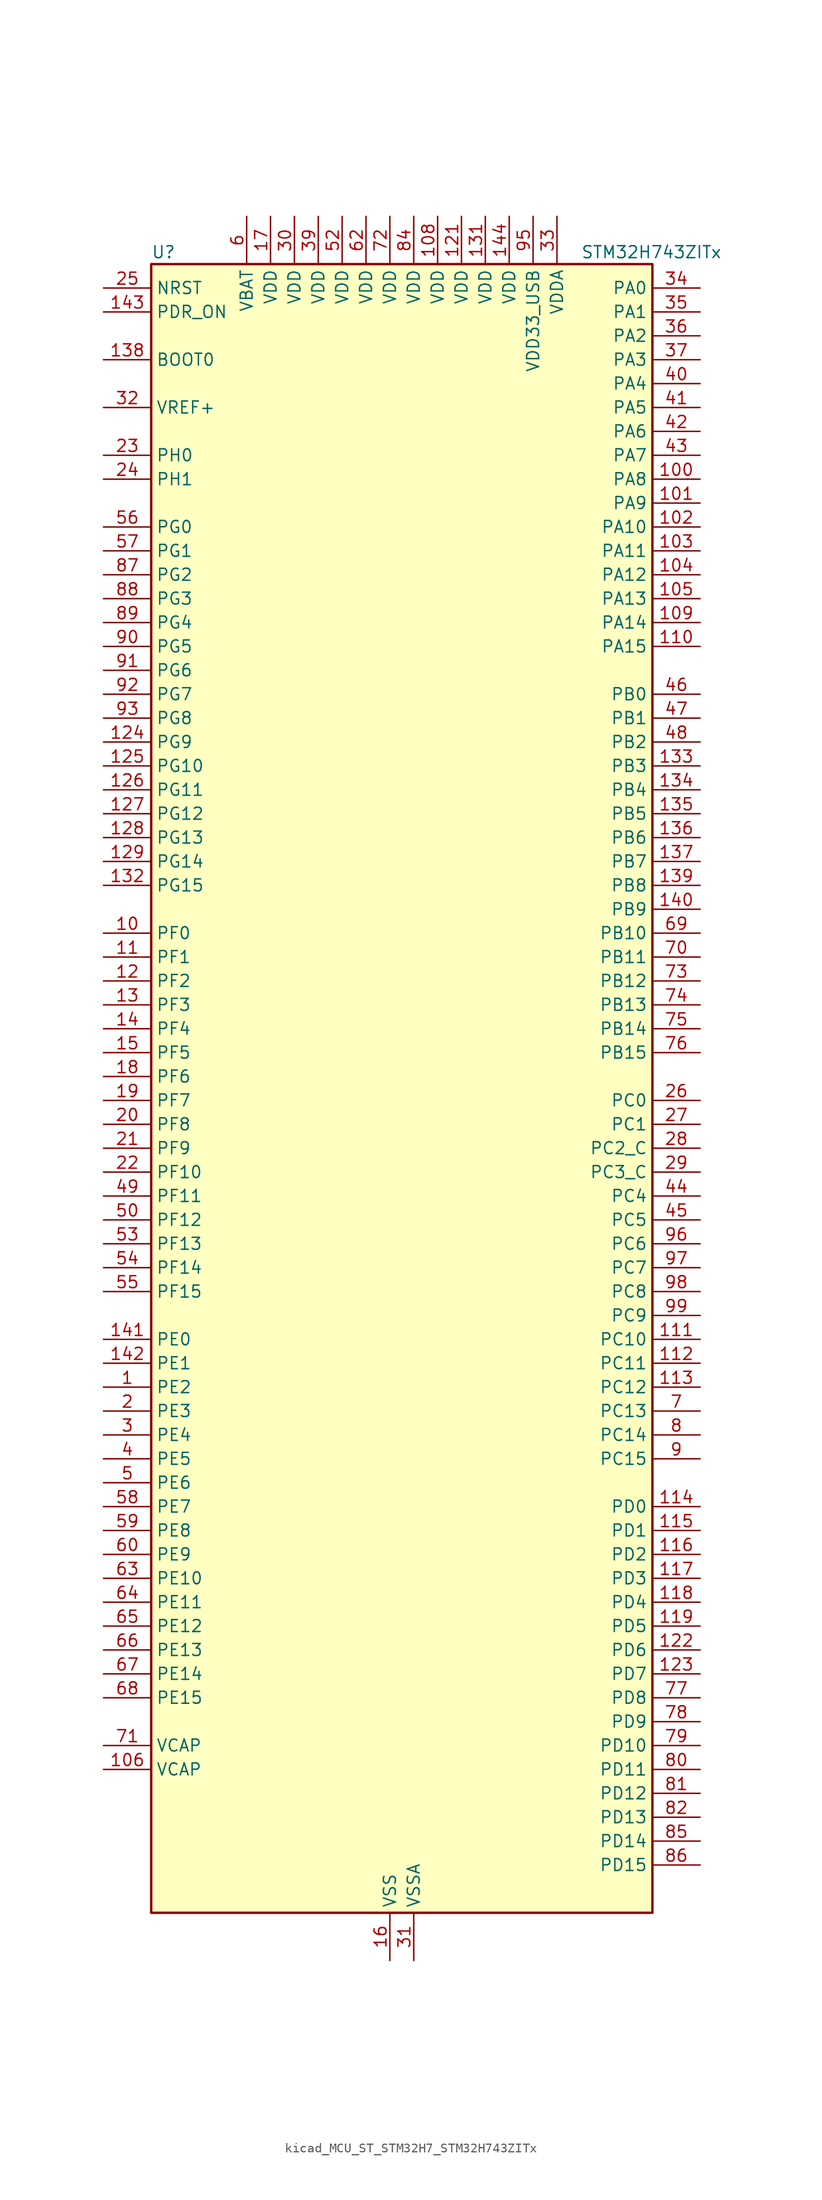
<source format=kicad_sym>
(kicad_symbol_lib
  (version 20220914)
  (generator kicad_symbol_editor)
  (symbol "kicad_MCU_ST_STM32H7_STM32H743ZITx"
    (property "Reference" "U"
      (at -25.4 90.17 0)
      (effects (font (size 1.27 1.27)) (justify left)))
    (property "Value" "STM32H743ZITx"
      (at 20.32 90.17 0)
      (effects (font (size 1.27 1.27)) (justify left)))
    (property "ki_locked" ""
      (at 0 0 0)
      (effects (font (size 1.27 1.27))))
    (symbol "kicad_MCU_ST_STM32H7_STM32H743ZITx_0_1"
      (rectangle (start -25.4 -86.36) (end 27.94 88.9) (stroke (width 0.254) (type default)) (fill (type background))))
    (symbol "kicad_MCU_ST_STM32H7_STM32H743ZITx_1_1"
      (pin bidirectional line (at -30.48 -30.48 0) (length 5.08) (name "PE2" (effects (font (size 1.27 1.27)))) (number "1" (effects (font (size 1.27 1.27)))) (alternate "DEBUG_TRACECLK" bidirectional line) (alternate "ETH_TXD3" bidirectional line) (alternate "FMC_A23" bidirectional line) (alternate "QUADSPI_BK1_IO2" bidirectional line) (alternate "SAI1_CK1" bidirectional line) (alternate "SAI1_MCLK_A" bidirectional line) (alternate "SAI4_CK1" bidirectional line) (alternate "SAI4_MCLK_A" bidirectional line) (alternate "SPI4_SCK" bidirectional line))
      (pin bidirectional line (at -30.48 17.78 0) (length 5.08) (name "PF0" (effects (font (size 1.27 1.27)))) (number "10" (effects (font (size 1.27 1.27)))) (alternate "FMC_A0" bidirectional line) (alternate "I2C2_SDA" bidirectional line))
      (pin bidirectional line (at 33.02 66.04 180) (length 5.08) (name "PA8" (effects (font (size 1.27 1.27)))) (number "100" (effects (font (size 1.27 1.27)))) (alternate "HRTIM_CHB2" bidirectional line) (alternate "I2C3_SCL" bidirectional line) (alternate "LTDC_B3" bidirectional line) (alternate "LTDC_R6" bidirectional line) (alternate "RCC_MCO_1" bidirectional line) (alternate "TIM1_CH1" bidirectional line) (alternate "TIM8_BKIN2" bidirectional line) (alternate "TIM8_BKIN2_COMP1" bidirectional line) (alternate "TIM8_BKIN2_COMP2" bidirectional line) (alternate "UART7_RX" bidirectional line) (alternate "USART1_CK" bidirectional line) (alternate "USB_OTG_FS_SOF" bidirectional line))
      (pin bidirectional line (at 33.02 63.5 180) (length 5.08) (name "PA9" (effects (font (size 1.27 1.27)))) (number "101" (effects (font (size 1.27 1.27)))) (alternate "DAC1_EXTI9" bidirectional line) (alternate "DCMI_D0" bidirectional line) (alternate "HRTIM_CHC1" bidirectional line) (alternate "I2C3_SMBA" bidirectional line) (alternate "I2S2_CK" bidirectional line) (alternate "LPUART1_TX" bidirectional line) (alternate "LTDC_R5" bidirectional line) (alternate "SPI2_SCK" bidirectional line) (alternate "TIM1_CH2" bidirectional line) (alternate "USART1_TX" bidirectional line) (alternate "USB_OTG_FS_VBUS" bidirectional line))
      (pin bidirectional line (at 33.02 60.96 180) (length 5.08) (name "PA10" (effects (font (size 1.27 1.27)))) (number "102" (effects (font (size 1.27 1.27)))) (alternate "DCMI_D1" bidirectional line) (alternate "HRTIM_CHC2" bidirectional line) (alternate "LPUART1_RX" bidirectional line) (alternate "LTDC_B1" bidirectional line) (alternate "LTDC_B4" bidirectional line) (alternate "MDIOS_MDIO" bidirectional line) (alternate "TIM1_CH3" bidirectional line) (alternate "USART1_RX" bidirectional line) (alternate "USB_OTG_FS_ID" bidirectional line))
      (pin bidirectional line (at 33.02 58.42 180) (length 5.08) (name "PA11" (effects (font (size 1.27 1.27)))) (number "103" (effects (font (size 1.27 1.27)))) (alternate "ADC1_EXTI11" bidirectional line) (alternate "ADC2_EXTI11" bidirectional line) (alternate "ADC3_EXTI11" bidirectional line) (alternate "FDCAN1_RX" bidirectional line) (alternate "HRTIM_CHD1" bidirectional line) (alternate "I2S2_WS" bidirectional line) (alternate "LPUART1_CTS" bidirectional line) (alternate "LTDC_R4" bidirectional line) (alternate "SPI2_NSS" bidirectional line) (alternate "TIM1_CH4" bidirectional line) (alternate "UART4_RX" bidirectional line) (alternate "USART1_CTS" bidirectional line) (alternate "USART1_NSS" bidirectional line) (alternate "USB_OTG_FS_DM" bidirectional line))
      (pin bidirectional line (at 33.02 55.88 180) (length 5.08) (name "PA12" (effects (font (size 1.27 1.27)))) (number "104" (effects (font (size 1.27 1.27)))) (alternate "FDCAN1_TX" bidirectional line) (alternate "HRTIM_CHD2" bidirectional line) (alternate "I2S2_CK" bidirectional line) (alternate "LPUART1_DE" bidirectional line) (alternate "LPUART1_RTS" bidirectional line) (alternate "LTDC_R5" bidirectional line) (alternate "SAI2_FS_B" bidirectional line) (alternate "SPI2_SCK" bidirectional line) (alternate "TIM1_ETR" bidirectional line) (alternate "UART4_TX" bidirectional line) (alternate "USART1_DE" bidirectional line) (alternate "USART1_RTS" bidirectional line) (alternate "USB_OTG_FS_DP" bidirectional line))
      (pin bidirectional line (at 33.02 53.34 180) (length 5.08) (name "PA13" (effects (font (size 1.27 1.27)))) (number "105" (effects (font (size 1.27 1.27)))) (alternate "DEBUG_JTMS-SWDIO" bidirectional line))
      (pin power_out line (at -30.48 -71.12 0) (length 5.08) (name "VCAP" (effects (font (size 1.27 1.27)))) (number "106" (effects (font (size 1.27 1.27)))))
      (pin passive line (at 0 -91.44 90) (length 5.08) hide (name "VSS" (effects (font (size 1.27 1.27)))) (number "107" (effects (font (size 1.27 1.27)))))
      (pin power_in line (at 5.08 93.98 270) (length 5.08) (name "VDD" (effects (font (size 1.27 1.27)))) (number "108" (effects (font (size 1.27 1.27)))))
      (pin bidirectional line (at 33.02 50.8 180) (length 5.08) (name "PA14" (effects (font (size 1.27 1.27)))) (number "109" (effects (font (size 1.27 1.27)))) (alternate "DEBUG_JTCK-SWCLK" bidirectional line))
      (pin bidirectional line (at -30.48 15.24 0) (length 5.08) (name "PF1" (effects (font (size 1.27 1.27)))) (number "11" (effects (font (size 1.27 1.27)))) (alternate "FMC_A1" bidirectional line) (alternate "I2C2_SCL" bidirectional line))
      (pin bidirectional line (at 33.02 48.26 180) (length 5.08) (name "PA15" (effects (font (size 1.27 1.27)))) (number "110" (effects (font (size 1.27 1.27)))) (alternate "ADC1_EXTI15" bidirectional line) (alternate "ADC2_EXTI15" bidirectional line) (alternate "ADC3_EXTI15" bidirectional line) (alternate "CEC" bidirectional line) (alternate "DEBUG_JTDI" bidirectional line) (alternate "HRTIM_FLT1" bidirectional line) (alternate "I2S1_WS" bidirectional line) (alternate "I2S3_WS" bidirectional line) (alternate "SPI1_NSS" bidirectional line) (alternate "SPI3_NSS" bidirectional line) (alternate "SPI6_NSS" bidirectional line) (alternate "TIM2_CH1" bidirectional line) (alternate "TIM2_ETR" bidirectional line) (alternate "UART4_DE" bidirectional line) (alternate "UART4_RTS" bidirectional line) (alternate "UART7_TX" bidirectional line))
      (pin bidirectional line (at 33.02 -25.4 180) (length 5.08) (name "PC10" (effects (font (size 1.27 1.27)))) (number "111" (effects (font (size 1.27 1.27)))) (alternate "DCMI_D8" bidirectional line) (alternate "DFSDM1_CKIN5" bidirectional line) (alternate "HRTIM_EEV1" bidirectional line) (alternate "I2S3_CK" bidirectional line) (alternate "LTDC_R2" bidirectional line) (alternate "QUADSPI_BK1_IO1" bidirectional line) (alternate "SDMMC1_D2" bidirectional line) (alternate "SPI3_SCK" bidirectional line) (alternate "UART4_TX" bidirectional line) (alternate "USART3_TX" bidirectional line))
      (pin bidirectional line (at 33.02 -27.94 180) (length 5.08) (name "PC11" (effects (font (size 1.27 1.27)))) (number "112" (effects (font (size 1.27 1.27)))) (alternate "ADC1_EXTI11" bidirectional line) (alternate "ADC2_EXTI11" bidirectional line) (alternate "ADC3_EXTI11" bidirectional line) (alternate "DCMI_D4" bidirectional line) (alternate "DFSDM1_DATIN5" bidirectional line) (alternate "HRTIM_FLT2" bidirectional line) (alternate "I2S3_SDI" bidirectional line) (alternate "QUADSPI_BK2_NCS" bidirectional line) (alternate "SDMMC1_D3" bidirectional line) (alternate "SPI3_MISO" bidirectional line) (alternate "UART4_RX" bidirectional line) (alternate "USART3_RX" bidirectional line))
      (pin bidirectional line (at 33.02 -30.48 180) (length 5.08) (name "PC12" (effects (font (size 1.27 1.27)))) (number "113" (effects (font (size 1.27 1.27)))) (alternate "DCMI_D9" bidirectional line) (alternate "DEBUG_TRACED3" bidirectional line) (alternate "HRTIM_EEV2" bidirectional line) (alternate "I2S3_SDO" bidirectional line) (alternate "SDMMC1_CK" bidirectional line) (alternate "SPI3_MOSI" bidirectional line) (alternate "UART5_TX" bidirectional line) (alternate "USART3_CK" bidirectional line))
      (pin bidirectional line (at 33.02 -43.18 180) (length 5.08) (name "PD0" (effects (font (size 1.27 1.27)))) (number "114" (effects (font (size 1.27 1.27)))) (alternate "DFSDM1_CKIN6" bidirectional line) (alternate "FDCAN1_RX" bidirectional line) (alternate "FMC_D2" bidirectional line) (alternate "FMC_DA2" bidirectional line) (alternate "SAI3_SCK_A" bidirectional line) (alternate "UART4_RX" bidirectional line))
      (pin bidirectional line (at 33.02 -45.72 180) (length 5.08) (name "PD1" (effects (font (size 1.27 1.27)))) (number "115" (effects (font (size 1.27 1.27)))) (alternate "DFSDM1_DATIN6" bidirectional line) (alternate "FDCAN1_TX" bidirectional line) (alternate "FMC_D3" bidirectional line) (alternate "FMC_DA3" bidirectional line) (alternate "SAI3_SD_A" bidirectional line) (alternate "UART4_TX" bidirectional line))
      (pin bidirectional line (at 33.02 -48.26 180) (length 5.08) (name "PD2" (effects (font (size 1.27 1.27)))) (number "116" (effects (font (size 1.27 1.27)))) (alternate "DCMI_D11" bidirectional line) (alternate "DEBUG_TRACED2" bidirectional line) (alternate "SDMMC1_CMD" bidirectional line) (alternate "TIM3_ETR" bidirectional line) (alternate "UART5_RX" bidirectional line))
      (pin bidirectional line (at 33.02 -50.8 180) (length 5.08) (name "PD3" (effects (font (size 1.27 1.27)))) (number "117" (effects (font (size 1.27 1.27)))) (alternate "DCMI_D5" bidirectional line) (alternate "DFSDM1_CKOUT" bidirectional line) (alternate "FMC_CLK" bidirectional line) (alternate "I2S2_CK" bidirectional line) (alternate "LTDC_G7" bidirectional line) (alternate "SPI2_SCK" bidirectional line) (alternate "USART2_CTS" bidirectional line) (alternate "USART2_NSS" bidirectional line))
      (pin bidirectional line (at 33.02 -53.34 180) (length 5.08) (name "PD4" (effects (font (size 1.27 1.27)))) (number "118" (effects (font (size 1.27 1.27)))) (alternate "FMC_NOE" bidirectional line) (alternate "HRTIM_FLT3" bidirectional line) (alternate "SAI3_FS_A" bidirectional line) (alternate "USART2_DE" bidirectional line) (alternate "USART2_RTS" bidirectional line))
      (pin bidirectional line (at 33.02 -55.88 180) (length 5.08) (name "PD5" (effects (font (size 1.27 1.27)))) (number "119" (effects (font (size 1.27 1.27)))) (alternate "FMC_NWE" bidirectional line) (alternate "HRTIM_EEV3" bidirectional line) (alternate "USART2_TX" bidirectional line))
      (pin bidirectional line (at -30.48 12.7 0) (length 5.08) (name "PF2" (effects (font (size 1.27 1.27)))) (number "12" (effects (font (size 1.27 1.27)))) (alternate "FMC_A2" bidirectional line) (alternate "I2C2_SMBA" bidirectional line))
      (pin passive line (at 0 -91.44 90) (length 5.08) hide (name "VSS" (effects (font (size 1.27 1.27)))) (number "120" (effects (font (size 1.27 1.27)))))
      (pin power_in line (at 7.62 93.98 270) (length 5.08) (name "VDD" (effects (font (size 1.27 1.27)))) (number "121" (effects (font (size 1.27 1.27)))))
      (pin bidirectional line (at 33.02 -58.42 180) (length 5.08) (name "PD6" (effects (font (size 1.27 1.27)))) (number "122" (effects (font (size 1.27 1.27)))) (alternate "DCMI_D10" bidirectional line) (alternate "DFSDM1_CKIN4" bidirectional line) (alternate "DFSDM1_DATIN1" bidirectional line) (alternate "FMC_NWAIT" bidirectional line) (alternate "I2S3_SDO" bidirectional line) (alternate "LTDC_B2" bidirectional line) (alternate "SAI1_D1" bidirectional line) (alternate "SAI1_SD_A" bidirectional line) (alternate "SAI4_D1" bidirectional line) (alternate "SAI4_SD_A" bidirectional line) (alternate "SDMMC2_CK" bidirectional line) (alternate "SPI3_MOSI" bidirectional line) (alternate "USART2_RX" bidirectional line))
      (pin bidirectional line (at 33.02 -60.96 180) (length 5.08) (name "PD7" (effects (font (size 1.27 1.27)))) (number "123" (effects (font (size 1.27 1.27)))) (alternate "DFSDM1_CKIN1" bidirectional line) (alternate "DFSDM1_DATIN4" bidirectional line) (alternate "FMC_NE1" bidirectional line) (alternate "I2S1_SDO" bidirectional line) (alternate "SDMMC2_CMD" bidirectional line) (alternate "SPDIFRX1_IN0" bidirectional line) (alternate "SPI1_MOSI" bidirectional line) (alternate "USART2_CK" bidirectional line))
      (pin bidirectional line (at -30.48 38.1 0) (length 5.08) (name "PG9" (effects (font (size 1.27 1.27)))) (number "124" (effects (font (size 1.27 1.27)))) (alternate "DAC1_EXTI9" bidirectional line) (alternate "DCMI_VSYNC" bidirectional line) (alternate "FMC_NCE" bidirectional line) (alternate "FMC_NE2" bidirectional line) (alternate "I2S1_SDI" bidirectional line) (alternate "QUADSPI_BK2_IO2" bidirectional line) (alternate "SAI2_FS_B" bidirectional line) (alternate "SPDIFRX1_IN3" bidirectional line) (alternate "SPI1_MISO" bidirectional line) (alternate "USART6_RX" bidirectional line))
      (pin bidirectional line (at -30.48 35.56 0) (length 5.08) (name "PG10" (effects (font (size 1.27 1.27)))) (number "125" (effects (font (size 1.27 1.27)))) (alternate "DCMI_D2" bidirectional line) (alternate "FMC_NE3" bidirectional line) (alternate "HRTIM_FLT5" bidirectional line) (alternate "I2S1_WS" bidirectional line) (alternate "LTDC_B2" bidirectional line) (alternate "LTDC_G3" bidirectional line) (alternate "SAI2_SD_B" bidirectional line) (alternate "SPI1_NSS" bidirectional line))
      (pin bidirectional line (at -30.48 33.02 0) (length 5.08) (name "PG11" (effects (font (size 1.27 1.27)))) (number "126" (effects (font (size 1.27 1.27)))) (alternate "ADC1_EXTI11" bidirectional line) (alternate "ADC2_EXTI11" bidirectional line) (alternate "ADC3_EXTI11" bidirectional line) (alternate "DCMI_D3" bidirectional line) (alternate "ETH_TX_EN" bidirectional line) (alternate "HRTIM_EEV4" bidirectional line) (alternate "I2S1_CK" bidirectional line) (alternate "LPTIM1_IN2" bidirectional line) (alternate "LTDC_B3" bidirectional line) (alternate "SDMMC2_D2" bidirectional line) (alternate "SPDIFRX1_IN0" bidirectional line) (alternate "SPI1_SCK" bidirectional line))
      (pin bidirectional line (at -30.48 30.48 0) (length 5.08) (name "PG12" (effects (font (size 1.27 1.27)))) (number "127" (effects (font (size 1.27 1.27)))) (alternate "ETH_TXD1" bidirectional line) (alternate "FMC_NE4" bidirectional line) (alternate "HRTIM_EEV5" bidirectional line) (alternate "LPTIM1_IN1" bidirectional line) (alternate "LTDC_B1" bidirectional line) (alternate "LTDC_B4" bidirectional line) (alternate "SPDIFRX1_IN1" bidirectional line) (alternate "SPI6_MISO" bidirectional line) (alternate "USART6_DE" bidirectional line) (alternate "USART6_RTS" bidirectional line))
      (pin bidirectional line (at -30.48 27.94 0) (length 5.08) (name "PG13" (effects (font (size 1.27 1.27)))) (number "128" (effects (font (size 1.27 1.27)))) (alternate "DEBUG_TRACED0" bidirectional line) (alternate "ETH_TXD0" bidirectional line) (alternate "FMC_A24" bidirectional line) (alternate "HRTIM_EEV10" bidirectional line) (alternate "LPTIM1_OUT" bidirectional line) (alternate "LTDC_R0" bidirectional line) (alternate "SPI6_SCK" bidirectional line) (alternate "USART6_CTS" bidirectional line) (alternate "USART6_NSS" bidirectional line))
      (pin bidirectional line (at -30.48 25.4 0) (length 5.08) (name "PG14" (effects (font (size 1.27 1.27)))) (number "129" (effects (font (size 1.27 1.27)))) (alternate "DEBUG_TRACED1" bidirectional line) (alternate "ETH_TXD1" bidirectional line) (alternate "FMC_A25" bidirectional line) (alternate "LPTIM1_ETR" bidirectional line) (alternate "LTDC_B0" bidirectional line) (alternate "QUADSPI_BK2_IO3" bidirectional line) (alternate "SPI6_MOSI" bidirectional line) (alternate "USART6_TX" bidirectional line))
      (pin bidirectional line (at -30.48 10.16 0) (length 5.08) (name "PF3" (effects (font (size 1.27 1.27)))) (number "13" (effects (font (size 1.27 1.27)))) (alternate "ADC3_INP5" bidirectional line) (alternate "FMC_A3" bidirectional line))
      (pin passive line (at 0 -91.44 90) (length 5.08) hide (name "VSS" (effects (font (size 1.27 1.27)))) (number "130" (effects (font (size 1.27 1.27)))))
      (pin power_in line (at 10.16 93.98 270) (length 5.08) (name "VDD" (effects (font (size 1.27 1.27)))) (number "131" (effects (font (size 1.27 1.27)))))
      (pin bidirectional line (at -30.48 22.86 0) (length 5.08) (name "PG15" (effects (font (size 1.27 1.27)))) (number "132" (effects (font (size 1.27 1.27)))) (alternate "ADC1_EXTI15" bidirectional line) (alternate "ADC2_EXTI15" bidirectional line) (alternate "ADC3_EXTI15" bidirectional line) (alternate "DCMI_D13" bidirectional line) (alternate "FMC_SDNCAS" bidirectional line) (alternate "USART6_CTS" bidirectional line) (alternate "USART6_NSS" bidirectional line))
      (pin bidirectional line (at 33.02 35.56 180) (length 5.08) (name "PB3" (effects (font (size 1.27 1.27)))) (number "133" (effects (font (size 1.27 1.27)))) (alternate "CRS_SYNC" bidirectional line) (alternate "DEBUG_JTDO-SWO" bidirectional line) (alternate "HRTIM_FLT4" bidirectional line) (alternate "I2S1_CK" bidirectional line) (alternate "I2S3_CK" bidirectional line) (alternate "SDMMC2_D2" bidirectional line) (alternate "SPI1_SCK" bidirectional line) (alternate "SPI3_SCK" bidirectional line) (alternate "SPI6_SCK" bidirectional line) (alternate "TIM2_CH2" bidirectional line) (alternate "UART7_RX" bidirectional line))
      (pin bidirectional line (at 33.02 33.02 180) (length 5.08) (name "PB4" (effects (font (size 1.27 1.27)))) (number "134" (effects (font (size 1.27 1.27)))) (alternate "DEBUG_JTRST" bidirectional line) (alternate "HRTIM_EEV6" bidirectional line) (alternate "I2S1_SDI" bidirectional line) (alternate "I2S2_WS" bidirectional line) (alternate "I2S3_SDI" bidirectional line) (alternate "SDMMC2_D3" bidirectional line) (alternate "SPI1_MISO" bidirectional line) (alternate "SPI2_NSS" bidirectional line) (alternate "SPI3_MISO" bidirectional line) (alternate "SPI6_MISO" bidirectional line) (alternate "TIM16_BKIN" bidirectional line) (alternate "TIM3_CH1" bidirectional line) (alternate "UART7_TX" bidirectional line))
      (pin bidirectional line (at 33.02 30.48 180) (length 5.08) (name "PB5" (effects (font (size 1.27 1.27)))) (number "135" (effects (font (size 1.27 1.27)))) (alternate "DCMI_D10" bidirectional line) (alternate "ETH_PPS_OUT" bidirectional line) (alternate "FDCAN2_RX" bidirectional line) (alternate "FMC_SDCKE1" bidirectional line) (alternate "HRTIM_EEV7" bidirectional line) (alternate "I2C1_SMBA" bidirectional line) (alternate "I2C4_SMBA" bidirectional line) (alternate "I2S1_SDO" bidirectional line) (alternate "I2S3_SDO" bidirectional line) (alternate "SPI1_MOSI" bidirectional line) (alternate "SPI3_MOSI" bidirectional line) (alternate "SPI6_MOSI" bidirectional line) (alternate "TIM17_BKIN" bidirectional line) (alternate "TIM3_CH2" bidirectional line) (alternate "UART5_RX" bidirectional line) (alternate "USB_OTG_HS_ULPI_D7" bidirectional line))
      (pin bidirectional line (at 33.02 27.94 180) (length 5.08) (name "PB6" (effects (font (size 1.27 1.27)))) (number "136" (effects (font (size 1.27 1.27)))) (alternate "CEC" bidirectional line) (alternate "DCMI_D5" bidirectional line) (alternate "DFSDM1_DATIN5" bidirectional line) (alternate "FDCAN2_TX" bidirectional line) (alternate "FMC_SDNE1" bidirectional line) (alternate "HRTIM_EEV8" bidirectional line) (alternate "I2C1_SCL" bidirectional line) (alternate "I2C4_SCL" bidirectional line) (alternate "LPUART1_TX" bidirectional line) (alternate "QUADSPI_BK1_NCS" bidirectional line) (alternate "TIM16_CH1N" bidirectional line) (alternate "TIM4_CH1" bidirectional line) (alternate "UART5_TX" bidirectional line) (alternate "USART1_TX" bidirectional line))
      (pin bidirectional line (at 33.02 25.4 180) (length 5.08) (name "PB7" (effects (font (size 1.27 1.27)))) (number "137" (effects (font (size 1.27 1.27)))) (alternate "DCMI_VSYNC" bidirectional line) (alternate "DFSDM1_CKIN5" bidirectional line) (alternate "FMC_NL" bidirectional line) (alternate "HRTIM_EEV9" bidirectional line) (alternate "I2C1_SDA" bidirectional line) (alternate "I2C4_SDA" bidirectional line) (alternate "LPUART1_RX" bidirectional line) (alternate "PWR_PVD_IN" bidirectional line) (alternate "TIM17_CH1N" bidirectional line) (alternate "TIM4_CH2" bidirectional line) (alternate "USART1_RX" bidirectional line))
      (pin input line (at -30.48 78.74 0) (length 5.08) (name "BOOT0" (effects (font (size 1.27 1.27)))) (number "138" (effects (font (size 1.27 1.27)))))
      (pin bidirectional line (at 33.02 22.86 180) (length 5.08) (name "PB8" (effects (font (size 1.27 1.27)))) (number "139" (effects (font (size 1.27 1.27)))) (alternate "DCMI_D6" bidirectional line) (alternate "DFSDM1_CKIN7" bidirectional line) (alternate "ETH_TXD3" bidirectional line) (alternate "FDCAN1_RX" bidirectional line) (alternate "I2C1_SCL" bidirectional line) (alternate "I2C4_SCL" bidirectional line) (alternate "LTDC_B6" bidirectional line) (alternate "SDMMC1_CKIN" bidirectional line) (alternate "SDMMC1_D4" bidirectional line) (alternate "SDMMC2_D4" bidirectional line) (alternate "TIM16_CH1" bidirectional line) (alternate "TIM4_CH3" bidirectional line) (alternate "UART4_RX" bidirectional line))
      (pin bidirectional line (at -30.48 7.62 0) (length 5.08) (name "PF4" (effects (font (size 1.27 1.27)))) (number "14" (effects (font (size 1.27 1.27)))) (alternate "ADC3_INN5" bidirectional line) (alternate "ADC3_INP9" bidirectional line) (alternate "FMC_A4" bidirectional line))
      (pin bidirectional line (at 33.02 20.32 180) (length 5.08) (name "PB9" (effects (font (size 1.27 1.27)))) (number "140" (effects (font (size 1.27 1.27)))) (alternate "DAC1_EXTI9" bidirectional line) (alternate "DCMI_D7" bidirectional line) (alternate "DFSDM1_DATIN7" bidirectional line) (alternate "FDCAN1_TX" bidirectional line) (alternate "I2C1_SDA" bidirectional line) (alternate "I2C4_SDA" bidirectional line) (alternate "I2C4_SMBA" bidirectional line) (alternate "I2S2_WS" bidirectional line) (alternate "LTDC_B7" bidirectional line) (alternate "SDMMC1_CDIR" bidirectional line) (alternate "SDMMC1_D5" bidirectional line) (alternate "SDMMC2_D5" bidirectional line) (alternate "SPI2_NSS" bidirectional line) (alternate "TIM17_CH1" bidirectional line) (alternate "TIM4_CH4" bidirectional line) (alternate "UART4_TX" bidirectional line))
      (pin bidirectional line (at -30.48 -25.4 0) (length 5.08) (name "PE0" (effects (font (size 1.27 1.27)))) (number "141" (effects (font (size 1.27 1.27)))) (alternate "DCMI_D2" bidirectional line) (alternate "FMC_NBL0" bidirectional line) (alternate "HRTIM_SCIN" bidirectional line) (alternate "LPTIM1_ETR" bidirectional line) (alternate "LPTIM2_ETR" bidirectional line) (alternate "SAI2_MCLK_A" bidirectional line) (alternate "TIM4_ETR" bidirectional line) (alternate "UART8_RX" bidirectional line))
      (pin bidirectional line (at -30.48 -27.94 0) (length 5.08) (name "PE1" (effects (font (size 1.27 1.27)))) (number "142" (effects (font (size 1.27 1.27)))) (alternate "DCMI_D3" bidirectional line) (alternate "FMC_NBL1" bidirectional line) (alternate "HRTIM_SCOUT" bidirectional line) (alternate "LPTIM1_IN2" bidirectional line) (alternate "UART8_TX" bidirectional line))
      (pin input line (at -30.48 83.82 0) (length 5.08) (name "PDR_ON" (effects (font (size 1.27 1.27)))) (number "143" (effects (font (size 1.27 1.27)))))
      (pin power_in line (at 12.7 93.98 270) (length 5.08) (name "VDD" (effects (font (size 1.27 1.27)))) (number "144" (effects (font (size 1.27 1.27)))))
      (pin bidirectional line (at -30.48 5.08 0) (length 5.08) (name "PF5" (effects (font (size 1.27 1.27)))) (number "15" (effects (font (size 1.27 1.27)))) (alternate "ADC3_INP4" bidirectional line) (alternate "FMC_A5" bidirectional line))
      (pin power_in line (at 0 -91.44 90) (length 5.08) (name "VSS" (effects (font (size 1.27 1.27)))) (number "16" (effects (font (size 1.27 1.27)))))
      (pin power_in line (at -12.7 93.98 270) (length 5.08) (name "VDD" (effects (font (size 1.27 1.27)))) (number "17" (effects (font (size 1.27 1.27)))))
      (pin bidirectional line (at -30.48 2.54 0) (length 5.08) (name "PF6" (effects (font (size 1.27 1.27)))) (number "18" (effects (font (size 1.27 1.27)))) (alternate "ADC3_INN4" bidirectional line) (alternate "ADC3_INP8" bidirectional line) (alternate "QUADSPI_BK1_IO3" bidirectional line) (alternate "SAI1_SD_B" bidirectional line) (alternate "SAI4_SD_B" bidirectional line) (alternate "SPI5_NSS" bidirectional line) (alternate "TIM16_CH1" bidirectional line) (alternate "UART7_RX" bidirectional line))
      (pin bidirectional line (at -30.48 0 0) (length 5.08) (name "PF7" (effects (font (size 1.27 1.27)))) (number "19" (effects (font (size 1.27 1.27)))) (alternate "ADC3_INP3" bidirectional line) (alternate "QUADSPI_BK1_IO2" bidirectional line) (alternate "SAI1_MCLK_B" bidirectional line) (alternate "SAI4_MCLK_B" bidirectional line) (alternate "SPI5_SCK" bidirectional line) (alternate "TIM17_CH1" bidirectional line) (alternate "UART7_TX" bidirectional line))
      (pin bidirectional line (at -30.48 -33.02 0) (length 5.08) (name "PE3" (effects (font (size 1.27 1.27)))) (number "2" (effects (font (size 1.27 1.27)))) (alternate "DEBUG_TRACED0" bidirectional line) (alternate "FMC_A19" bidirectional line) (alternate "SAI1_SD_B" bidirectional line) (alternate "SAI4_SD_B" bidirectional line) (alternate "TIM15_BKIN" bidirectional line))
      (pin bidirectional line (at -30.48 -2.54 0) (length 5.08) (name "PF8" (effects (font (size 1.27 1.27)))) (number "20" (effects (font (size 1.27 1.27)))) (alternate "ADC3_INN3" bidirectional line) (alternate "ADC3_INP7" bidirectional line) (alternate "QUADSPI_BK1_IO0" bidirectional line) (alternate "SAI1_SCK_B" bidirectional line) (alternate "SAI4_SCK_B" bidirectional line) (alternate "SPI5_MISO" bidirectional line) (alternate "TIM13_CH1" bidirectional line) (alternate "TIM16_CH1N" bidirectional line) (alternate "UART7_DE" bidirectional line) (alternate "UART7_RTS" bidirectional line))
      (pin bidirectional line (at -30.48 -5.08 0) (length 5.08) (name "PF9" (effects (font (size 1.27 1.27)))) (number "21" (effects (font (size 1.27 1.27)))) (alternate "ADC3_INP2" bidirectional line) (alternate "DAC1_EXTI9" bidirectional line) (alternate "QUADSPI_BK1_IO1" bidirectional line) (alternate "SAI1_FS_B" bidirectional line) (alternate "SAI4_FS_B" bidirectional line) (alternate "SPI5_MOSI" bidirectional line) (alternate "TIM14_CH1" bidirectional line) (alternate "TIM17_CH1N" bidirectional line) (alternate "UART7_CTS" bidirectional line))
      (pin bidirectional line (at -30.48 -7.62 0) (length 5.08) (name "PF10" (effects (font (size 1.27 1.27)))) (number "22" (effects (font (size 1.27 1.27)))) (alternate "ADC3_INN2" bidirectional line) (alternate "ADC3_INP6" bidirectional line) (alternate "DCMI_D11" bidirectional line) (alternate "LTDC_DE" bidirectional line) (alternate "QUADSPI_CLK" bidirectional line) (alternate "SAI1_D3" bidirectional line) (alternate "SAI4_D3" bidirectional line) (alternate "TIM16_BKIN" bidirectional line))
      (pin bidirectional line (at -30.48 68.58 0) (length 5.08) (name "PH0" (effects (font (size 1.27 1.27)))) (number "23" (effects (font (size 1.27 1.27)))) (alternate "RCC_OSC_IN" bidirectional line))
      (pin bidirectional line (at -30.48 66.04 0) (length 5.08) (name "PH1" (effects (font (size 1.27 1.27)))) (number "24" (effects (font (size 1.27 1.27)))) (alternate "RCC_OSC_OUT" bidirectional line))
      (pin input line (at -30.48 86.36 0) (length 5.08) (name "NRST" (effects (font (size 1.27 1.27)))) (number "25" (effects (font (size 1.27 1.27)))))
      (pin bidirectional line (at 33.02 0 180) (length 5.08) (name "PC0" (effects (font (size 1.27 1.27)))) (number "26" (effects (font (size 1.27 1.27)))) (alternate "ADC1_INP10" bidirectional line) (alternate "ADC2_INP10" bidirectional line) (alternate "ADC3_INP10" bidirectional line) (alternate "DFSDM1_CKIN0" bidirectional line) (alternate "DFSDM1_DATIN4" bidirectional line) (alternate "FMC_SDNWE" bidirectional line) (alternate "LTDC_R5" bidirectional line) (alternate "SAI2_FS_B" bidirectional line) (alternate "USB_OTG_HS_ULPI_STP" bidirectional line))
      (pin bidirectional line (at 33.02 -2.54 180) (length 5.08) (name "PC1" (effects (font (size 1.27 1.27)))) (number "27" (effects (font (size 1.27 1.27)))) (alternate "ADC1_INN10" bidirectional line) (alternate "ADC1_INP11" bidirectional line) (alternate "ADC2_INN10" bidirectional line) (alternate "ADC2_INP11" bidirectional line) (alternate "ADC3_INN10" bidirectional line) (alternate "ADC3_INP11" bidirectional line) (alternate "DEBUG_TRACED0" bidirectional line) (alternate "DFSDM1_CKIN4" bidirectional line) (alternate "DFSDM1_DATIN0" bidirectional line) (alternate "ETH_MDC" bidirectional line) (alternate "I2S2_SDO" bidirectional line) (alternate "MDIOS_MDC" bidirectional line) (alternate "PWR_WKUP5" bidirectional line) (alternate "RTC_TAMP3" bidirectional line) (alternate "SAI1_D1" bidirectional line) (alternate "SAI1_SD_A" bidirectional line) (alternate "SAI4_D1" bidirectional line) (alternate "SAI4_SD_A" bidirectional line) (alternate "SDMMC2_CK" bidirectional line) (alternate "SPI2_MOSI" bidirectional line))
      (pin bidirectional line (at 33.02 -5.08 180) (length 5.08) (name "PC2_C" (effects (font (size 1.27 1.27)))) (number "28" (effects (font (size 1.27 1.27)))) (alternate "ADC3_INN1" bidirectional line) (alternate "ADC3_INP0" bidirectional line) (alternate "DFSDM1_CKIN1" bidirectional line) (alternate "DFSDM1_CKOUT" bidirectional line) (alternate "ETH_TXD2" bidirectional line) (alternate "FMC_SDNE0" bidirectional line) (alternate "I2S2_SDI" bidirectional line) (alternate "PWR_CSTOP" bidirectional line) (alternate "SPI2_MISO" bidirectional line) (alternate "USB_OTG_HS_ULPI_DIR" bidirectional line))
      (pin bidirectional line (at 33.02 -7.62 180) (length 5.08) (name "PC3_C" (effects (font (size 1.27 1.27)))) (number "29" (effects (font (size 1.27 1.27)))) (alternate "ADC3_INP1" bidirectional line) (alternate "DFSDM1_DATIN1" bidirectional line) (alternate "ETH_TX_CLK" bidirectional line) (alternate "FMC_SDCKE0" bidirectional line) (alternate "I2S2_SDO" bidirectional line) (alternate "PWR_CSLEEP" bidirectional line) (alternate "SPI2_MOSI" bidirectional line) (alternate "USB_OTG_HS_ULPI_NXT" bidirectional line))
      (pin bidirectional line (at -30.48 -35.56 0) (length 5.08) (name "PE4" (effects (font (size 1.27 1.27)))) (number "3" (effects (font (size 1.27 1.27)))) (alternate "DCMI_D4" bidirectional line) (alternate "DEBUG_TRACED1" bidirectional line) (alternate "DFSDM1_DATIN3" bidirectional line) (alternate "FMC_A20" bidirectional line) (alternate "LTDC_B0" bidirectional line) (alternate "SAI1_D2" bidirectional line) (alternate "SAI1_FS_A" bidirectional line) (alternate "SAI4_D2" bidirectional line) (alternate "SAI4_FS_A" bidirectional line) (alternate "SPI4_NSS" bidirectional line) (alternate "TIM15_CH1N" bidirectional line))
      (pin power_in line (at -10.16 93.98 270) (length 5.08) (name "VDD" (effects (font (size 1.27 1.27)))) (number "30" (effects (font (size 1.27 1.27)))))
      (pin power_in line (at 2.54 -91.44 90) (length 5.08) (name "VSSA" (effects (font (size 1.27 1.27)))) (number "31" (effects (font (size 1.27 1.27)))))
      (pin input line (at -30.48 73.66 0) (length 5.08) (name "VREF+" (effects (font (size 1.27 1.27)))) (number "32" (effects (font (size 1.27 1.27)))) (alternate "VREFBUF_OUT" bidirectional line))
      (pin power_in line (at 17.78 93.98 270) (length 5.08) (name "VDDA" (effects (font (size 1.27 1.27)))) (number "33" (effects (font (size 1.27 1.27)))))
      (pin bidirectional line (at 33.02 86.36 180) (length 5.08) (name "PA0" (effects (font (size 1.27 1.27)))) (number "34" (effects (font (size 1.27 1.27)))) (alternate "ADC1_INP16" bidirectional line) (alternate "ETH_CRS" bidirectional line) (alternate "PWR_WKUP0" bidirectional line) (alternate "SAI2_SD_B" bidirectional line) (alternate "SDMMC2_CMD" bidirectional line) (alternate "TIM15_BKIN" bidirectional line) (alternate "TIM2_CH1" bidirectional line) (alternate "TIM2_ETR" bidirectional line) (alternate "TIM5_CH1" bidirectional line) (alternate "TIM8_ETR" bidirectional line) (alternate "UART4_TX" bidirectional line) (alternate "USART2_CTS" bidirectional line) (alternate "USART2_NSS" bidirectional line))
      (pin bidirectional line (at 33.02 83.82 180) (length 5.08) (name "PA1" (effects (font (size 1.27 1.27)))) (number "35" (effects (font (size 1.27 1.27)))) (alternate "ADC1_INN16" bidirectional line) (alternate "ADC1_INP17" bidirectional line) (alternate "ETH_REF_CLK" bidirectional line) (alternate "ETH_RX_CLK" bidirectional line) (alternate "LPTIM3_OUT" bidirectional line) (alternate "LTDC_R2" bidirectional line) (alternate "QUADSPI_BK1_IO3" bidirectional line) (alternate "SAI2_MCLK_B" bidirectional line) (alternate "TIM15_CH1N" bidirectional line) (alternate "TIM2_CH2" bidirectional line) (alternate "TIM5_CH2" bidirectional line) (alternate "UART4_RX" bidirectional line) (alternate "USART2_DE" bidirectional line) (alternate "USART2_RTS" bidirectional line))
      (pin bidirectional line (at 33.02 81.28 180) (length 5.08) (name "PA2" (effects (font (size 1.27 1.27)))) (number "36" (effects (font (size 1.27 1.27)))) (alternate "ADC1_INP14" bidirectional line) (alternate "ADC2_INP14" bidirectional line) (alternate "ETH_MDIO" bidirectional line) (alternate "LPTIM4_OUT" bidirectional line) (alternate "LTDC_R1" bidirectional line) (alternate "MDIOS_MDIO" bidirectional line) (alternate "PWR_WKUP1" bidirectional line) (alternate "SAI2_SCK_B" bidirectional line) (alternate "TIM15_CH1" bidirectional line) (alternate "TIM2_CH3" bidirectional line) (alternate "TIM5_CH3" bidirectional line) (alternate "USART2_TX" bidirectional line))
      (pin bidirectional line (at 33.02 78.74 180) (length 5.08) (name "PA3" (effects (font (size 1.27 1.27)))) (number "37" (effects (font (size 1.27 1.27)))) (alternate "ADC1_INP15" bidirectional line) (alternate "ADC2_INP15" bidirectional line) (alternate "ETH_COL" bidirectional line) (alternate "LPTIM5_OUT" bidirectional line) (alternate "LTDC_B2" bidirectional line) (alternate "LTDC_B5" bidirectional line) (alternate "TIM15_CH2" bidirectional line) (alternate "TIM2_CH4" bidirectional line) (alternate "TIM5_CH4" bidirectional line) (alternate "USART2_RX" bidirectional line) (alternate "USB_OTG_HS_ULPI_D0" bidirectional line))
      (pin passive line (at 0 -91.44 90) (length 5.08) hide (name "VSS" (effects (font (size 1.27 1.27)))) (number "38" (effects (font (size 1.27 1.27)))))
      (pin power_in line (at -7.62 93.98 270) (length 5.08) (name "VDD" (effects (font (size 1.27 1.27)))) (number "39" (effects (font (size 1.27 1.27)))))
      (pin bidirectional line (at -30.48 -38.1 0) (length 5.08) (name "PE5" (effects (font (size 1.27 1.27)))) (number "4" (effects (font (size 1.27 1.27)))) (alternate "DCMI_D6" bidirectional line) (alternate "DEBUG_TRACED2" bidirectional line) (alternate "DFSDM1_CKIN3" bidirectional line) (alternate "FMC_A21" bidirectional line) (alternate "LTDC_G0" bidirectional line) (alternate "SAI1_CK2" bidirectional line) (alternate "SAI1_SCK_A" bidirectional line) (alternate "SAI4_CK2" bidirectional line) (alternate "SAI4_SCK_A" bidirectional line) (alternate "SPI4_MISO" bidirectional line) (alternate "TIM15_CH1" bidirectional line))
      (pin bidirectional line (at 33.02 76.2 180) (length 5.08) (name "PA4" (effects (font (size 1.27 1.27)))) (number "40" (effects (font (size 1.27 1.27)))) (alternate "ADC1_INP18" bidirectional line) (alternate "ADC2_INP18" bidirectional line) (alternate "DAC1_OUT1" bidirectional line) (alternate "DCMI_HSYNC" bidirectional line) (alternate "I2S1_WS" bidirectional line) (alternate "I2S3_WS" bidirectional line) (alternate "LTDC_VSYNC" bidirectional line) (alternate "SPI1_NSS" bidirectional line) (alternate "SPI3_NSS" bidirectional line) (alternate "SPI6_NSS" bidirectional line) (alternate "TIM5_ETR" bidirectional line) (alternate "USART2_CK" bidirectional line) (alternate "USB_OTG_HS_SOF" bidirectional line))
      (pin bidirectional line (at 33.02 73.66 180) (length 5.08) (name "PA5" (effects (font (size 1.27 1.27)))) (number "41" (effects (font (size 1.27 1.27)))) (alternate "ADC1_INN18" bidirectional line) (alternate "ADC1_INP19" bidirectional line) (alternate "ADC2_INN18" bidirectional line) (alternate "ADC2_INP19" bidirectional line) (alternate "DAC1_OUT2" bidirectional line) (alternate "I2S1_CK" bidirectional line) (alternate "LTDC_R4" bidirectional line) (alternate "PWR_NDSTOP2" bidirectional line) (alternate "SPI1_SCK" bidirectional line) (alternate "SPI6_SCK" bidirectional line) (alternate "TIM2_CH1" bidirectional line) (alternate "TIM2_ETR" bidirectional line) (alternate "TIM8_CH1N" bidirectional line) (alternate "USB_OTG_HS_ULPI_CK" bidirectional line))
      (pin bidirectional line (at 33.02 71.12 180) (length 5.08) (name "PA6" (effects (font (size 1.27 1.27)))) (number "42" (effects (font (size 1.27 1.27)))) (alternate "ADC1_INP3" bidirectional line) (alternate "ADC2_INP3" bidirectional line) (alternate "DCMI_PIXCLK" bidirectional line) (alternate "I2S1_SDI" bidirectional line) (alternate "LTDC_G2" bidirectional line) (alternate "MDIOS_MDC" bidirectional line) (alternate "SPI1_MISO" bidirectional line) (alternate "SPI6_MISO" bidirectional line) (alternate "TIM13_CH1" bidirectional line) (alternate "TIM1_BKIN" bidirectional line) (alternate "TIM1_BKIN_COMP1" bidirectional line) (alternate "TIM1_BKIN_COMP2" bidirectional line) (alternate "TIM3_CH1" bidirectional line) (alternate "TIM8_BKIN" bidirectional line) (alternate "TIM8_BKIN_COMP1" bidirectional line) (alternate "TIM8_BKIN_COMP2" bidirectional line))
      (pin bidirectional line (at 33.02 68.58 180) (length 5.08) (name "PA7" (effects (font (size 1.27 1.27)))) (number "43" (effects (font (size 1.27 1.27)))) (alternate "ADC1_INN3" bidirectional line) (alternate "ADC1_INP7" bidirectional line) (alternate "ADC2_INN3" bidirectional line) (alternate "ADC2_INP7" bidirectional line) (alternate "ETH_CRS_DV" bidirectional line) (alternate "ETH_RX_DV" bidirectional line) (alternate "FMC_SDNWE" bidirectional line) (alternate "I2S1_SDO" bidirectional line) (alternate "OPAMP1_VINM" bidirectional line) (alternate "OPAMP1_VINM1" bidirectional line) (alternate "SPI1_MOSI" bidirectional line) (alternate "SPI6_MOSI" bidirectional line) (alternate "TIM14_CH1" bidirectional line) (alternate "TIM1_CH1N" bidirectional line) (alternate "TIM3_CH2" bidirectional line) (alternate "TIM8_CH1N" bidirectional line))
      (pin bidirectional line (at 33.02 -10.16 180) (length 5.08) (name "PC4" (effects (font (size 1.27 1.27)))) (number "44" (effects (font (size 1.27 1.27)))) (alternate "ADC1_INP4" bidirectional line) (alternate "ADC2_INP4" bidirectional line) (alternate "COMP1_INM" bidirectional line) (alternate "DFSDM1_CKIN2" bidirectional line) (alternate "ETH_RXD0" bidirectional line) (alternate "FMC_SDNE0" bidirectional line) (alternate "I2S1_MCK" bidirectional line) (alternate "OPAMP1_VOUT" bidirectional line) (alternate "SPDIFRX1_IN2" bidirectional line))
      (pin bidirectional line (at 33.02 -12.7 180) (length 5.08) (name "PC5" (effects (font (size 1.27 1.27)))) (number "45" (effects (font (size 1.27 1.27)))) (alternate "ADC1_INN4" bidirectional line) (alternate "ADC1_INP8" bidirectional line) (alternate "ADC2_INN4" bidirectional line) (alternate "ADC2_INP8" bidirectional line) (alternate "COMP1_OUT" bidirectional line) (alternate "DFSDM1_DATIN2" bidirectional line) (alternate "ETH_RXD1" bidirectional line) (alternate "FMC_SDCKE0" bidirectional line) (alternate "OPAMP1_VINM" bidirectional line) (alternate "OPAMP1_VINM0" bidirectional line) (alternate "SAI1_D3" bidirectional line) (alternate "SAI4_D3" bidirectional line) (alternate "SPDIFRX1_IN3" bidirectional line))
      (pin bidirectional line (at 33.02 43.18 180) (length 5.08) (name "PB0" (effects (font (size 1.27 1.27)))) (number "46" (effects (font (size 1.27 1.27)))) (alternate "ADC1_INN5" bidirectional line) (alternate "ADC1_INP9" bidirectional line) (alternate "ADC2_INN5" bidirectional line) (alternate "ADC2_INP9" bidirectional line) (alternate "COMP1_INP" bidirectional line) (alternate "DFSDM1_CKOUT" bidirectional line) (alternate "ETH_RXD2" bidirectional line) (alternate "LTDC_G1" bidirectional line) (alternate "LTDC_R3" bidirectional line) (alternate "OPAMP1_VINP" bidirectional line) (alternate "TIM1_CH2N" bidirectional line) (alternate "TIM3_CH3" bidirectional line) (alternate "TIM8_CH2N" bidirectional line) (alternate "UART4_CTS" bidirectional line) (alternate "USB_OTG_HS_ULPI_D1" bidirectional line))
      (pin bidirectional line (at 33.02 40.64 180) (length 5.08) (name "PB1" (effects (font (size 1.27 1.27)))) (number "47" (effects (font (size 1.27 1.27)))) (alternate "ADC1_INP5" bidirectional line) (alternate "ADC2_INP5" bidirectional line) (alternate "COMP1_INM" bidirectional line) (alternate "DFSDM1_DATIN1" bidirectional line) (alternate "ETH_RXD3" bidirectional line) (alternate "LTDC_G0" bidirectional line) (alternate "LTDC_R6" bidirectional line) (alternate "TIM1_CH3N" bidirectional line) (alternate "TIM3_CH4" bidirectional line) (alternate "TIM8_CH3N" bidirectional line) (alternate "USB_OTG_HS_ULPI_D2" bidirectional line))
      (pin bidirectional line (at 33.02 38.1 180) (length 5.08) (name "PB2" (effects (font (size 1.27 1.27)))) (number "48" (effects (font (size 1.27 1.27)))) (alternate "COMP1_INP" bidirectional line) (alternate "DFSDM1_CKIN1" bidirectional line) (alternate "I2S3_SDO" bidirectional line) (alternate "QUADSPI_CLK" bidirectional line) (alternate "RTC_OUT_ALARM" bidirectional line) (alternate "RTC_OUT_CALIB" bidirectional line) (alternate "SAI1_D1" bidirectional line) (alternate "SAI1_SD_A" bidirectional line) (alternate "SAI4_D1" bidirectional line) (alternate "SAI4_SD_A" bidirectional line) (alternate "SPI3_MOSI" bidirectional line))
      (pin bidirectional line (at -30.48 -10.16 0) (length 5.08) (name "PF11" (effects (font (size 1.27 1.27)))) (number "49" (effects (font (size 1.27 1.27)))) (alternate "ADC1_EXTI11" bidirectional line) (alternate "ADC1_INP2" bidirectional line) (alternate "ADC2_EXTI11" bidirectional line) (alternate "ADC3_EXTI11" bidirectional line) (alternate "DCMI_D12" bidirectional line) (alternate "FMC_SDNRAS" bidirectional line) (alternate "SAI2_SD_B" bidirectional line) (alternate "SPI5_MOSI" bidirectional line))
      (pin bidirectional line (at -30.48 -40.64 0) (length 5.08) (name "PE6" (effects (font (size 1.27 1.27)))) (number "5" (effects (font (size 1.27 1.27)))) (alternate "DCMI_D7" bidirectional line) (alternate "DEBUG_TRACED3" bidirectional line) (alternate "FMC_A22" bidirectional line) (alternate "LTDC_G1" bidirectional line) (alternate "SAI1_D1" bidirectional line) (alternate "SAI1_SD_A" bidirectional line) (alternate "SAI2_MCLK_B" bidirectional line) (alternate "SAI4_D1" bidirectional line) (alternate "SAI4_SD_A" bidirectional line) (alternate "SPI4_MOSI" bidirectional line) (alternate "TIM15_CH2" bidirectional line) (alternate "TIM1_BKIN2" bidirectional line) (alternate "TIM1_BKIN2_COMP1" bidirectional line) (alternate "TIM1_BKIN2_COMP2" bidirectional line))
      (pin bidirectional line (at -30.48 -12.7 0) (length 5.08) (name "PF12" (effects (font (size 1.27 1.27)))) (number "50" (effects (font (size 1.27 1.27)))) (alternate "ADC1_INN2" bidirectional line) (alternate "ADC1_INP6" bidirectional line) (alternate "FMC_A6" bidirectional line))
      (pin passive line (at 0 -91.44 90) (length 5.08) hide (name "VSS" (effects (font (size 1.27 1.27)))) (number "51" (effects (font (size 1.27 1.27)))))
      (pin power_in line (at -5.08 93.98 270) (length 5.08) (name "VDD" (effects (font (size 1.27 1.27)))) (number "52" (effects (font (size 1.27 1.27)))))
      (pin bidirectional line (at -30.48 -15.24 0) (length 5.08) (name "PF13" (effects (font (size 1.27 1.27)))) (number "53" (effects (font (size 1.27 1.27)))) (alternate "ADC2_INP2" bidirectional line) (alternate "DFSDM1_DATIN6" bidirectional line) (alternate "FMC_A7" bidirectional line) (alternate "I2C4_SMBA" bidirectional line))
      (pin bidirectional line (at -30.48 -17.78 0) (length 5.08) (name "PF14" (effects (font (size 1.27 1.27)))) (number "54" (effects (font (size 1.27 1.27)))) (alternate "ADC2_INN2" bidirectional line) (alternate "ADC2_INP6" bidirectional line) (alternate "DFSDM1_CKIN6" bidirectional line) (alternate "FMC_A8" bidirectional line) (alternate "I2C4_SCL" bidirectional line))
      (pin bidirectional line (at -30.48 -20.32 0) (length 5.08) (name "PF15" (effects (font (size 1.27 1.27)))) (number "55" (effects (font (size 1.27 1.27)))) (alternate "ADC1_EXTI15" bidirectional line) (alternate "ADC2_EXTI15" bidirectional line) (alternate "ADC3_EXTI15" bidirectional line) (alternate "FMC_A9" bidirectional line) (alternate "I2C4_SDA" bidirectional line))
      (pin bidirectional line (at -30.48 60.96 0) (length 5.08) (name "PG0" (effects (font (size 1.27 1.27)))) (number "56" (effects (font (size 1.27 1.27)))) (alternate "FMC_A10" bidirectional line))
      (pin bidirectional line (at -30.48 58.42 0) (length 5.08) (name "PG1" (effects (font (size 1.27 1.27)))) (number "57" (effects (font (size 1.27 1.27)))) (alternate "FMC_A11" bidirectional line) (alternate "OPAMP2_VINM" bidirectional line) (alternate "OPAMP2_VINM1" bidirectional line))
      (pin bidirectional line (at -30.48 -43.18 0) (length 5.08) (name "PE7" (effects (font (size 1.27 1.27)))) (number "58" (effects (font (size 1.27 1.27)))) (alternate "COMP2_INM" bidirectional line) (alternate "DFSDM1_DATIN2" bidirectional line) (alternate "FMC_D4" bidirectional line) (alternate "FMC_DA4" bidirectional line) (alternate "OPAMP2_VOUT" bidirectional line) (alternate "QUADSPI_BK2_IO0" bidirectional line) (alternate "TIM1_ETR" bidirectional line) (alternate "UART7_RX" bidirectional line))
      (pin bidirectional line (at -30.48 -45.72 0) (length 5.08) (name "PE8" (effects (font (size 1.27 1.27)))) (number "59" (effects (font (size 1.27 1.27)))) (alternate "COMP2_OUT" bidirectional line) (alternate "DFSDM1_CKIN2" bidirectional line) (alternate "FMC_D5" bidirectional line) (alternate "FMC_DA5" bidirectional line) (alternate "OPAMP2_VINM" bidirectional line) (alternate "OPAMP2_VINM0" bidirectional line) (alternate "QUADSPI_BK2_IO1" bidirectional line) (alternate "TIM1_CH1N" bidirectional line) (alternate "UART7_TX" bidirectional line))
      (pin power_in line (at -15.24 93.98 270) (length 5.08) (name "VBAT" (effects (font (size 1.27 1.27)))) (number "6" (effects (font (size 1.27 1.27)))))
      (pin bidirectional line (at -30.48 -48.26 0) (length 5.08) (name "PE9" (effects (font (size 1.27 1.27)))) (number "60" (effects (font (size 1.27 1.27)))) (alternate "COMP2_INP" bidirectional line) (alternate "DAC1_EXTI9" bidirectional line) (alternate "DFSDM1_CKOUT" bidirectional line) (alternate "FMC_D6" bidirectional line) (alternate "FMC_DA6" bidirectional line) (alternate "OPAMP2_VINP" bidirectional line) (alternate "QUADSPI_BK2_IO2" bidirectional line) (alternate "TIM1_CH1" bidirectional line) (alternate "UART7_DE" bidirectional line) (alternate "UART7_RTS" bidirectional line))
      (pin passive line (at 0 -91.44 90) (length 5.08) hide (name "VSS" (effects (font (size 1.27 1.27)))) (number "61" (effects (font (size 1.27 1.27)))))
      (pin power_in line (at -2.54 93.98 270) (length 5.08) (name "VDD" (effects (font (size 1.27 1.27)))) (number "62" (effects (font (size 1.27 1.27)))))
      (pin bidirectional line (at -30.48 -50.8 0) (length 5.08) (name "PE10" (effects (font (size 1.27 1.27)))) (number "63" (effects (font (size 1.27 1.27)))) (alternate "COMP2_INM" bidirectional line) (alternate "DFSDM1_DATIN4" bidirectional line) (alternate "FMC_D7" bidirectional line) (alternate "FMC_DA7" bidirectional line) (alternate "QUADSPI_BK2_IO3" bidirectional line) (alternate "TIM1_CH2N" bidirectional line) (alternate "UART7_CTS" bidirectional line))
      (pin bidirectional line (at -30.48 -53.34 0) (length 5.08) (name "PE11" (effects (font (size 1.27 1.27)))) (number "64" (effects (font (size 1.27 1.27)))) (alternate "ADC1_EXTI11" bidirectional line) (alternate "ADC2_EXTI11" bidirectional line) (alternate "ADC3_EXTI11" bidirectional line) (alternate "COMP2_INP" bidirectional line) (alternate "DFSDM1_CKIN4" bidirectional line) (alternate "FMC_D8" bidirectional line) (alternate "FMC_DA8" bidirectional line) (alternate "LTDC_G3" bidirectional line) (alternate "SAI2_SD_B" bidirectional line) (alternate "SPI4_NSS" bidirectional line) (alternate "TIM1_CH2" bidirectional line))
      (pin bidirectional line (at -30.48 -55.88 0) (length 5.08) (name "PE12" (effects (font (size 1.27 1.27)))) (number "65" (effects (font (size 1.27 1.27)))) (alternate "COMP1_OUT" bidirectional line) (alternate "DFSDM1_DATIN5" bidirectional line) (alternate "FMC_D9" bidirectional line) (alternate "FMC_DA9" bidirectional line) (alternate "LTDC_B4" bidirectional line) (alternate "SAI2_SCK_B" bidirectional line) (alternate "SPI4_SCK" bidirectional line) (alternate "TIM1_CH3N" bidirectional line))
      (pin bidirectional line (at -30.48 -58.42 0) (length 5.08) (name "PE13" (effects (font (size 1.27 1.27)))) (number "66" (effects (font (size 1.27 1.27)))) (alternate "COMP2_OUT" bidirectional line) (alternate "DFSDM1_CKIN5" bidirectional line) (alternate "FMC_D10" bidirectional line) (alternate "FMC_DA10" bidirectional line) (alternate "LTDC_DE" bidirectional line) (alternate "SAI2_FS_B" bidirectional line) (alternate "SPI4_MISO" bidirectional line) (alternate "TIM1_CH3" bidirectional line))
      (pin bidirectional line (at -30.48 -60.96 0) (length 5.08) (name "PE14" (effects (font (size 1.27 1.27)))) (number "67" (effects (font (size 1.27 1.27)))) (alternate "FMC_D11" bidirectional line) (alternate "FMC_DA11" bidirectional line) (alternate "LTDC_CLK" bidirectional line) (alternate "SAI2_MCLK_B" bidirectional line) (alternate "SPI4_MOSI" bidirectional line) (alternate "TIM1_CH4" bidirectional line))
      (pin bidirectional line (at -30.48 -63.5 0) (length 5.08) (name "PE15" (effects (font (size 1.27 1.27)))) (number "68" (effects (font (size 1.27 1.27)))) (alternate "ADC1_EXTI15" bidirectional line) (alternate "ADC2_EXTI15" bidirectional line) (alternate "ADC3_EXTI15" bidirectional line) (alternate "FMC_D12" bidirectional line) (alternate "FMC_DA12" bidirectional line) (alternate "LTDC_R7" bidirectional line) (alternate "TIM1_BKIN" bidirectional line) (alternate "TIM1_BKIN_COMP1" bidirectional line) (alternate "TIM1_BKIN_COMP2" bidirectional line))
      (pin bidirectional line (at 33.02 17.78 180) (length 5.08) (name "PB10" (effects (font (size 1.27 1.27)))) (number "69" (effects (font (size 1.27 1.27)))) (alternate "DFSDM1_DATIN7" bidirectional line) (alternate "ETH_RX_ER" bidirectional line) (alternate "HRTIM_SCOUT" bidirectional line) (alternate "I2C2_SCL" bidirectional line) (alternate "I2S2_CK" bidirectional line) (alternate "LPTIM2_IN1" bidirectional line) (alternate "LTDC_G4" bidirectional line) (alternate "QUADSPI_BK1_NCS" bidirectional line) (alternate "SPI2_SCK" bidirectional line) (alternate "TIM2_CH3" bidirectional line) (alternate "USART3_TX" bidirectional line) (alternate "USB_OTG_HS_ULPI_D3" bidirectional line))
      (pin bidirectional line (at 33.02 -33.02 180) (length 5.08) (name "PC13" (effects (font (size 1.27 1.27)))) (number "7" (effects (font (size 1.27 1.27)))) (alternate "PWR_WKUP2" bidirectional line) (alternate "RTC_OUT_ALARM" bidirectional line) (alternate "RTC_OUT_CALIB" bidirectional line) (alternate "RTC_TAMP1" bidirectional line) (alternate "RTC_TS" bidirectional line))
      (pin bidirectional line (at 33.02 15.24 180) (length 5.08) (name "PB11" (effects (font (size 1.27 1.27)))) (number "70" (effects (font (size 1.27 1.27)))) (alternate "ADC1_EXTI11" bidirectional line) (alternate "ADC2_EXTI11" bidirectional line) (alternate "ADC3_EXTI11" bidirectional line) (alternate "DFSDM1_CKIN7" bidirectional line) (alternate "ETH_TX_EN" bidirectional line) (alternate "HRTIM_SCIN" bidirectional line) (alternate "I2C2_SDA" bidirectional line) (alternate "LPTIM2_ETR" bidirectional line) (alternate "LTDC_G5" bidirectional line) (alternate "TIM2_CH4" bidirectional line) (alternate "USART3_RX" bidirectional line) (alternate "USB_OTG_HS_ULPI_D4" bidirectional line))
      (pin power_out line (at -30.48 -68.58 0) (length 5.08) (name "VCAP" (effects (font (size 1.27 1.27)))) (number "71" (effects (font (size 1.27 1.27)))))
      (pin power_in line (at 0 93.98 270) (length 5.08) (name "VDD" (effects (font (size 1.27 1.27)))) (number "72" (effects (font (size 1.27 1.27)))))
      (pin bidirectional line (at 33.02 12.7 180) (length 5.08) (name "PB12" (effects (font (size 1.27 1.27)))) (number "73" (effects (font (size 1.27 1.27)))) (alternate "DFSDM1_DATIN1" bidirectional line) (alternate "ETH_TXD0" bidirectional line) (alternate "FDCAN2_RX" bidirectional line) (alternate "I2C2_SMBA" bidirectional line) (alternate "I2S2_WS" bidirectional line) (alternate "SPI2_NSS" bidirectional line) (alternate "TIM1_BKIN" bidirectional line) (alternate "TIM1_BKIN_COMP1" bidirectional line) (alternate "TIM1_BKIN_COMP2" bidirectional line) (alternate "UART5_RX" bidirectional line) (alternate "USART3_CK" bidirectional line) (alternate "USB_OTG_HS_ID" bidirectional line) (alternate "USB_OTG_HS_ULPI_D5" bidirectional line))
      (pin bidirectional line (at 33.02 10.16 180) (length 5.08) (name "PB13" (effects (font (size 1.27 1.27)))) (number "74" (effects (font (size 1.27 1.27)))) (alternate "DFSDM1_CKIN1" bidirectional line) (alternate "ETH_TXD1" bidirectional line) (alternate "FDCAN2_TX" bidirectional line) (alternate "I2S2_CK" bidirectional line) (alternate "LPTIM2_OUT" bidirectional line) (alternate "SPI2_SCK" bidirectional line) (alternate "TIM1_CH1N" bidirectional line) (alternate "UART5_TX" bidirectional line) (alternate "USART3_CTS" bidirectional line) (alternate "USART3_NSS" bidirectional line) (alternate "USB_OTG_HS_ULPI_D6" bidirectional line) (alternate "USB_OTG_HS_VBUS" bidirectional line))
      (pin bidirectional line (at 33.02 7.62 180) (length 5.08) (name "PB14" (effects (font (size 1.27 1.27)))) (number "75" (effects (font (size 1.27 1.27)))) (alternate "DFSDM1_DATIN2" bidirectional line) (alternate "I2S2_SDI" bidirectional line) (alternate "SDMMC2_D0" bidirectional line) (alternate "SPI2_MISO" bidirectional line) (alternate "TIM12_CH1" bidirectional line) (alternate "TIM1_CH2N" bidirectional line) (alternate "TIM8_CH2N" bidirectional line) (alternate "UART4_DE" bidirectional line) (alternate "UART4_RTS" bidirectional line) (alternate "USART1_TX" bidirectional line) (alternate "USART3_DE" bidirectional line) (alternate "USART3_RTS" bidirectional line) (alternate "USB_OTG_HS_DM" bidirectional line))
      (pin bidirectional line (at 33.02 5.08 180) (length 5.08) (name "PB15" (effects (font (size 1.27 1.27)))) (number "76" (effects (font (size 1.27 1.27)))) (alternate "ADC1_EXTI15" bidirectional line) (alternate "ADC2_EXTI15" bidirectional line) (alternate "ADC3_EXTI15" bidirectional line) (alternate "DFSDM1_CKIN2" bidirectional line) (alternate "I2S2_SDO" bidirectional line) (alternate "RTC_REFIN" bidirectional line) (alternate "SDMMC2_D1" bidirectional line) (alternate "SPI2_MOSI" bidirectional line) (alternate "TIM12_CH2" bidirectional line) (alternate "TIM1_CH3N" bidirectional line) (alternate "TIM8_CH3N" bidirectional line) (alternate "UART4_CTS" bidirectional line) (alternate "USART1_RX" bidirectional line) (alternate "USB_OTG_HS_DP" bidirectional line))
      (pin bidirectional line (at 33.02 -63.5 180) (length 5.08) (name "PD8" (effects (font (size 1.27 1.27)))) (number "77" (effects (font (size 1.27 1.27)))) (alternate "DFSDM1_CKIN3" bidirectional line) (alternate "FMC_D13" bidirectional line) (alternate "FMC_DA13" bidirectional line) (alternate "SAI3_SCK_B" bidirectional line) (alternate "SPDIFRX1_IN1" bidirectional line) (alternate "USART3_TX" bidirectional line))
      (pin bidirectional line (at 33.02 -66.04 180) (length 5.08) (name "PD9" (effects (font (size 1.27 1.27)))) (number "78" (effects (font (size 1.27 1.27)))) (alternate "DAC1_EXTI9" bidirectional line) (alternate "DFSDM1_DATIN3" bidirectional line) (alternate "FMC_D14" bidirectional line) (alternate "FMC_DA14" bidirectional line) (alternate "SAI3_SD_B" bidirectional line) (alternate "USART3_RX" bidirectional line))
      (pin bidirectional line (at 33.02 -68.58 180) (length 5.08) (name "PD10" (effects (font (size 1.27 1.27)))) (number "79" (effects (font (size 1.27 1.27)))) (alternate "DFSDM1_CKOUT" bidirectional line) (alternate "FMC_D15" bidirectional line) (alternate "FMC_DA15" bidirectional line) (alternate "LTDC_B3" bidirectional line) (alternate "SAI3_FS_B" bidirectional line) (alternate "USART3_CK" bidirectional line))
      (pin bidirectional line (at 33.02 -35.56 180) (length 5.08) (name "PC14" (effects (font (size 1.27 1.27)))) (number "8" (effects (font (size 1.27 1.27)))) (alternate "RCC_OSC32_IN" bidirectional line))
      (pin bidirectional line (at 33.02 -71.12 180) (length 5.08) (name "PD11" (effects (font (size 1.27 1.27)))) (number "80" (effects (font (size 1.27 1.27)))) (alternate "ADC1_EXTI11" bidirectional line) (alternate "ADC2_EXTI11" bidirectional line) (alternate "ADC3_EXTI11" bidirectional line) (alternate "FMC_A16" bidirectional line) (alternate "FMC_CLE" bidirectional line) (alternate "I2C4_SMBA" bidirectional line) (alternate "LPTIM2_IN2" bidirectional line) (alternate "QUADSPI_BK1_IO0" bidirectional line) (alternate "SAI2_SD_A" bidirectional line) (alternate "USART3_CTS" bidirectional line) (alternate "USART3_NSS" bidirectional line))
      (pin bidirectional line (at 33.02 -73.66 180) (length 5.08) (name "PD12" (effects (font (size 1.27 1.27)))) (number "81" (effects (font (size 1.27 1.27)))) (alternate "FMC_A17" bidirectional line) (alternate "FMC_ALE" bidirectional line) (alternate "I2C4_SCL" bidirectional line) (alternate "LPTIM1_IN1" bidirectional line) (alternate "LPTIM2_IN1" bidirectional line) (alternate "QUADSPI_BK1_IO1" bidirectional line) (alternate "SAI2_FS_A" bidirectional line) (alternate "TIM4_CH1" bidirectional line) (alternate "USART3_DE" bidirectional line) (alternate "USART3_RTS" bidirectional line))
      (pin bidirectional line (at 33.02 -76.2 180) (length 5.08) (name "PD13" (effects (font (size 1.27 1.27)))) (number "82" (effects (font (size 1.27 1.27)))) (alternate "FMC_A18" bidirectional line) (alternate "I2C4_SDA" bidirectional line) (alternate "LPTIM1_OUT" bidirectional line) (alternate "QUADSPI_BK1_IO3" bidirectional line) (alternate "SAI2_SCK_A" bidirectional line) (alternate "TIM4_CH2" bidirectional line))
      (pin passive line (at 0 -91.44 90) (length 5.08) hide (name "VSS" (effects (font (size 1.27 1.27)))) (number "83" (effects (font (size 1.27 1.27)))))
      (pin power_in line (at 2.54 93.98 270) (length 5.08) (name "VDD" (effects (font (size 1.27 1.27)))) (number "84" (effects (font (size 1.27 1.27)))))
      (pin bidirectional line (at 33.02 -78.74 180) (length 5.08) (name "PD14" (effects (font (size 1.27 1.27)))) (number "85" (effects (font (size 1.27 1.27)))) (alternate "FMC_D0" bidirectional line) (alternate "FMC_DA0" bidirectional line) (alternate "SAI3_MCLK_B" bidirectional line) (alternate "TIM4_CH3" bidirectional line) (alternate "UART8_CTS" bidirectional line))
      (pin bidirectional line (at 33.02 -81.28 180) (length 5.08) (name "PD15" (effects (font (size 1.27 1.27)))) (number "86" (effects (font (size 1.27 1.27)))) (alternate "ADC1_EXTI15" bidirectional line) (alternate "ADC2_EXTI15" bidirectional line) (alternate "ADC3_EXTI15" bidirectional line) (alternate "FMC_D1" bidirectional line) (alternate "FMC_DA1" bidirectional line) (alternate "SAI3_MCLK_A" bidirectional line) (alternate "TIM4_CH4" bidirectional line) (alternate "UART8_DE" bidirectional line) (alternate "UART8_RTS" bidirectional line))
      (pin bidirectional line (at -30.48 55.88 0) (length 5.08) (name "PG2" (effects (font (size 1.27 1.27)))) (number "87" (effects (font (size 1.27 1.27)))) (alternate "FMC_A12" bidirectional line) (alternate "TIM8_BKIN" bidirectional line) (alternate "TIM8_BKIN_COMP1" bidirectional line) (alternate "TIM8_BKIN_COMP2" bidirectional line))
      (pin bidirectional line (at -30.48 53.34 0) (length 5.08) (name "PG3" (effects (font (size 1.27 1.27)))) (number "88" (effects (font (size 1.27 1.27)))) (alternate "FMC_A13" bidirectional line) (alternate "TIM8_BKIN2" bidirectional line) (alternate "TIM8_BKIN2_COMP1" bidirectional line) (alternate "TIM8_BKIN2_COMP2" bidirectional line))
      (pin bidirectional line (at -30.48 50.8 0) (length 5.08) (name "PG4" (effects (font (size 1.27 1.27)))) (number "89" (effects (font (size 1.27 1.27)))) (alternate "FMC_A14" bidirectional line) (alternate "FMC_BA0" bidirectional line) (alternate "TIM1_BKIN2" bidirectional line) (alternate "TIM1_BKIN2_COMP1" bidirectional line) (alternate "TIM1_BKIN2_COMP2" bidirectional line))
      (pin bidirectional line (at 33.02 -38.1 180) (length 5.08) (name "PC15" (effects (font (size 1.27 1.27)))) (number "9" (effects (font (size 1.27 1.27)))) (alternate "ADC1_EXTI15" bidirectional line) (alternate "ADC2_EXTI15" bidirectional line) (alternate "ADC3_EXTI15" bidirectional line) (alternate "RCC_OSC32_OUT" bidirectional line))
      (pin bidirectional line (at -30.48 48.26 0) (length 5.08) (name "PG5" (effects (font (size 1.27 1.27)))) (number "90" (effects (font (size 1.27 1.27)))) (alternate "FMC_A15" bidirectional line) (alternate "FMC_BA1" bidirectional line) (alternate "TIM1_ETR" bidirectional line))
      (pin bidirectional line (at -30.48 45.72 0) (length 5.08) (name "PG6" (effects (font (size 1.27 1.27)))) (number "91" (effects (font (size 1.27 1.27)))) (alternate "DCMI_D12" bidirectional line) (alternate "FMC_NE3" bidirectional line) (alternate "HRTIM_CHE1" bidirectional line) (alternate "LTDC_R7" bidirectional line) (alternate "QUADSPI_BK1_NCS" bidirectional line) (alternate "TIM17_BKIN" bidirectional line))
      (pin bidirectional line (at -30.48 43.18 0) (length 5.08) (name "PG7" (effects (font (size 1.27 1.27)))) (number "92" (effects (font (size 1.27 1.27)))) (alternate "DCMI_D13" bidirectional line) (alternate "FMC_INT" bidirectional line) (alternate "HRTIM_CHE2" bidirectional line) (alternate "LTDC_CLK" bidirectional line) (alternate "SAI1_MCLK_A" bidirectional line) (alternate "USART6_CK" bidirectional line))
      (pin bidirectional line (at -30.48 40.64 0) (length 5.08) (name "PG8" (effects (font (size 1.27 1.27)))) (number "93" (effects (font (size 1.27 1.27)))) (alternate "ETH_PPS_OUT" bidirectional line) (alternate "FMC_SDCLK" bidirectional line) (alternate "LTDC_G7" bidirectional line) (alternate "SPDIFRX1_IN2" bidirectional line) (alternate "SPI6_NSS" bidirectional line) (alternate "TIM8_ETR" bidirectional line) (alternate "USART6_DE" bidirectional line) (alternate "USART6_RTS" bidirectional line))
      (pin passive line (at 0 -91.44 90) (length 5.08) hide (name "VSS" (effects (font (size 1.27 1.27)))) (number "94" (effects (font (size 1.27 1.27)))))
      (pin power_in line (at 15.24 93.98 270) (length 5.08) (name "VDD33_USB" (effects (font (size 1.27 1.27)))) (number "95" (effects (font (size 1.27 1.27)))))
      (pin bidirectional line (at 33.02 -15.24 180) (length 5.08) (name "PC6" (effects (font (size 1.27 1.27)))) (number "96" (effects (font (size 1.27 1.27)))) (alternate "DCMI_D0" bidirectional line) (alternate "DFSDM1_CKIN3" bidirectional line) (alternate "FMC_NWAIT" bidirectional line) (alternate "HRTIM_CHA1" bidirectional line) (alternate "I2S2_MCK" bidirectional line) (alternate "LTDC_HSYNC" bidirectional line) (alternate "SDMMC1_D0DIR" bidirectional line) (alternate "SDMMC1_D6" bidirectional line) (alternate "SDMMC2_D6" bidirectional line) (alternate "SWPMI1_IO" bidirectional line) (alternate "TIM3_CH1" bidirectional line) (alternate "TIM8_CH1" bidirectional line) (alternate "USART6_TX" bidirectional line))
      (pin bidirectional line (at 33.02 -17.78 180) (length 5.08) (name "PC7" (effects (font (size 1.27 1.27)))) (number "97" (effects (font (size 1.27 1.27)))) (alternate "DCMI_D1" bidirectional line) (alternate "DEBUG_TRGIO" bidirectional line) (alternate "DFSDM1_DATIN3" bidirectional line) (alternate "FMC_NE1" bidirectional line) (alternate "HRTIM_CHA2" bidirectional line) (alternate "I2S3_MCK" bidirectional line) (alternate "LTDC_G6" bidirectional line) (alternate "SDMMC1_D123DIR" bidirectional line) (alternate "SDMMC1_D7" bidirectional line) (alternate "SDMMC2_D7" bidirectional line) (alternate "SWPMI1_TX" bidirectional line) (alternate "TIM3_CH2" bidirectional line) (alternate "TIM8_CH2" bidirectional line) (alternate "USART6_RX" bidirectional line))
      (pin bidirectional line (at 33.02 -20.32 180) (length 5.08) (name "PC8" (effects (font (size 1.27 1.27)))) (number "98" (effects (font (size 1.27 1.27)))) (alternate "DCMI_D2" bidirectional line) (alternate "DEBUG_TRACED1" bidirectional line) (alternate "FMC_NCE" bidirectional line) (alternate "FMC_NE2" bidirectional line) (alternate "HRTIM_CHB1" bidirectional line) (alternate "SDMMC1_D0" bidirectional line) (alternate "SWPMI1_RX" bidirectional line) (alternate "TIM3_CH3" bidirectional line) (alternate "TIM8_CH3" bidirectional line) (alternate "UART5_DE" bidirectional line) (alternate "UART5_RTS" bidirectional line) (alternate "USART6_CK" bidirectional line))
      (pin bidirectional line (at 33.02 -22.86 180) (length 5.08) (name "PC9" (effects (font (size 1.27 1.27)))) (number "99" (effects (font (size 1.27 1.27)))) (alternate "DAC1_EXTI9" bidirectional line) (alternate "DCMI_D3" bidirectional line) (alternate "I2C3_SDA" bidirectional line) (alternate "I2S_CKIN" bidirectional line) (alternate "LTDC_B2" bidirectional line) (alternate "LTDC_G3" bidirectional line) (alternate "QUADSPI_BK1_IO0" bidirectional line) (alternate "RCC_MCO_2" bidirectional line) (alternate "SDMMC1_D1" bidirectional line) (alternate "SWPMI1_SUSPEND" bidirectional line) (alternate "TIM3_CH4" bidirectional line) (alternate "TIM8_CH4" bidirectional line) (alternate "UART5_CTS" bidirectional line)))))
</source>
